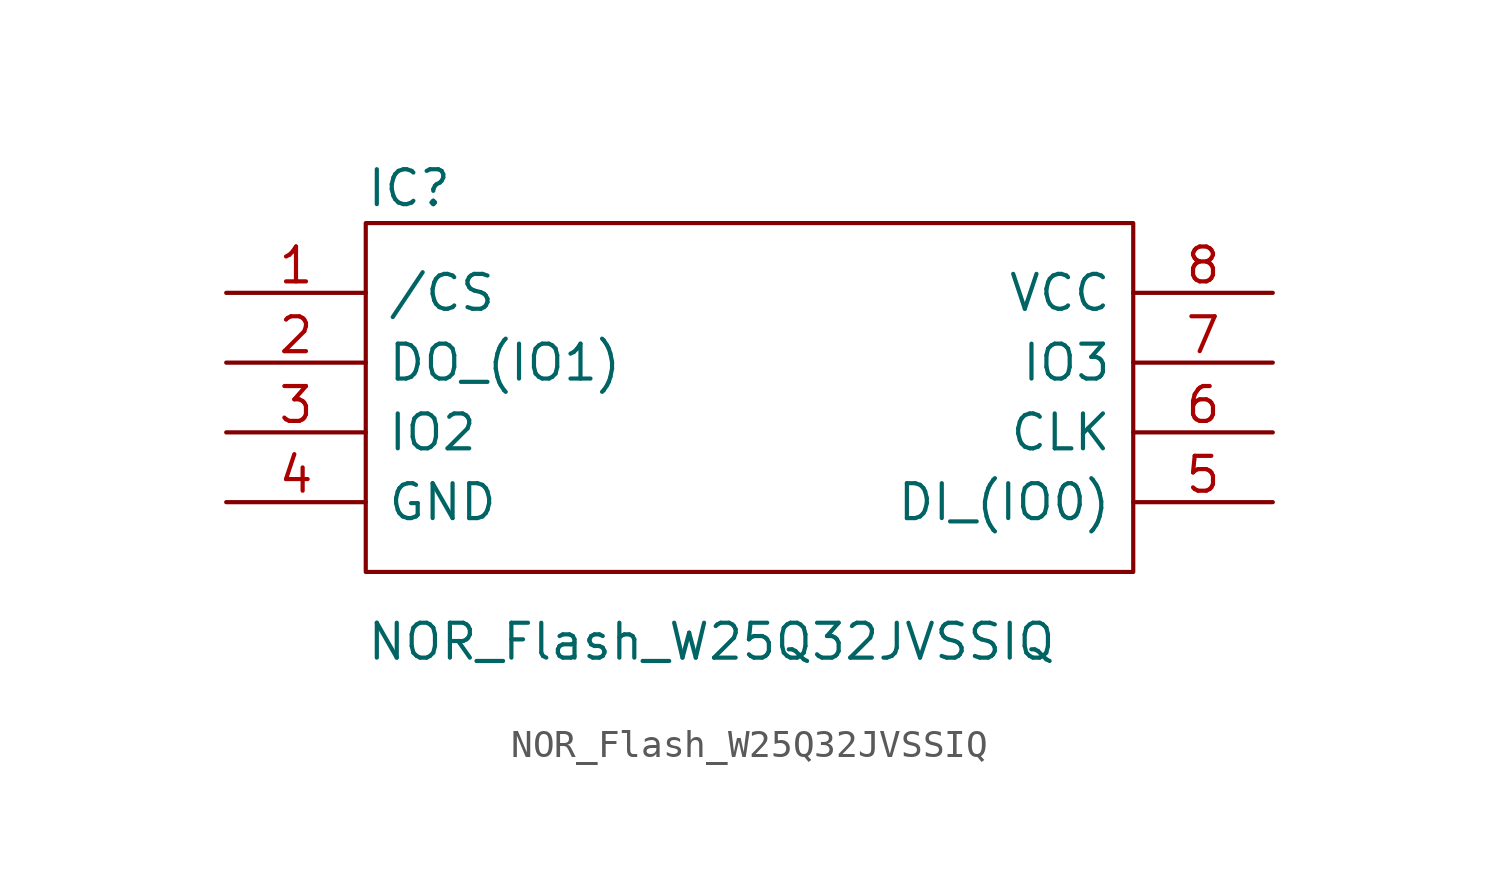
<source format=kicad_sym>
(kicad_symbol_lib
  (version 20201005)
  (generator kicad_symbol_editor)
  (symbol "NB3_hindbrain:NOR_Flash_W25Q32JVSSIQ"
    (pin_names
      (offset 0.762))
    (property "Reference" "IC"
      (at 0 1.27 0)
      (effects (font (size 1.27 1.27)) (justify left)))
    (property "Value" "NOR_Flash_W25Q32JVSSIQ"
      (at 0 -15.24 0)
      (effects (font (size 1.27 1.27)) (justify left)))
    (symbol "NOR_Flash_W25Q32JVSSIQ_0_0"
      (pin passive line (at -5.08 -2.54 0) (length 5.08) (name "/CS" (effects (font (size 1.27 1.27)))) (number "1" (effects (font (size 1.27 1.27)))))
      (pin passive line (at -5.08 -5.08 0) (length 5.08) (name "DO_(IO1)" (effects (font (size 1.27 1.27)))) (number "2" (effects (font (size 1.27 1.27)))))
      (pin passive line (at -5.08 -7.62 0) (length 5.08) (name "IO2" (effects (font (size 1.27 1.27)))) (number "3" (effects (font (size 1.27 1.27)))))
      (pin passive line (at -5.08 -10.16 0) (length 5.08) (name "GND" (effects (font (size 1.27 1.27)))) (number "4" (effects (font (size 1.27 1.27)))))
      (pin passive line (at 33.02 -10.16 180) (length 5.08) (name "DI_(IO0)" (effects (font (size 1.27 1.27)))) (number "5" (effects (font (size 1.27 1.27)))))
      (pin passive line (at 33.02 -7.62 180) (length 5.08) (name "CLK" (effects (font (size 1.27 1.27)))) (number "6" (effects (font (size 1.27 1.27)))))
      (pin passive line (at 33.02 -5.08 180) (length 5.08) (name "IO3" (effects (font (size 1.27 1.27)))) (number "7" (effects (font (size 1.27 1.27)))))
      (pin passive line (at 33.02 -2.54 180) (length 5.08) (name "VCC" (effects (font (size 1.27 1.27)))) (number "8" (effects (font (size 1.27 1.27))))))
    (symbol "NOR_Flash_W25Q32JVSSIQ_0_1"
      (polyline (pts (xy 0 0) (xy 27.94 0) (xy 27.94 -12.7) (xy 0 -12.7) (xy 0 0)) (stroke (width 0.152)) (fill (type none))))))
</source>
